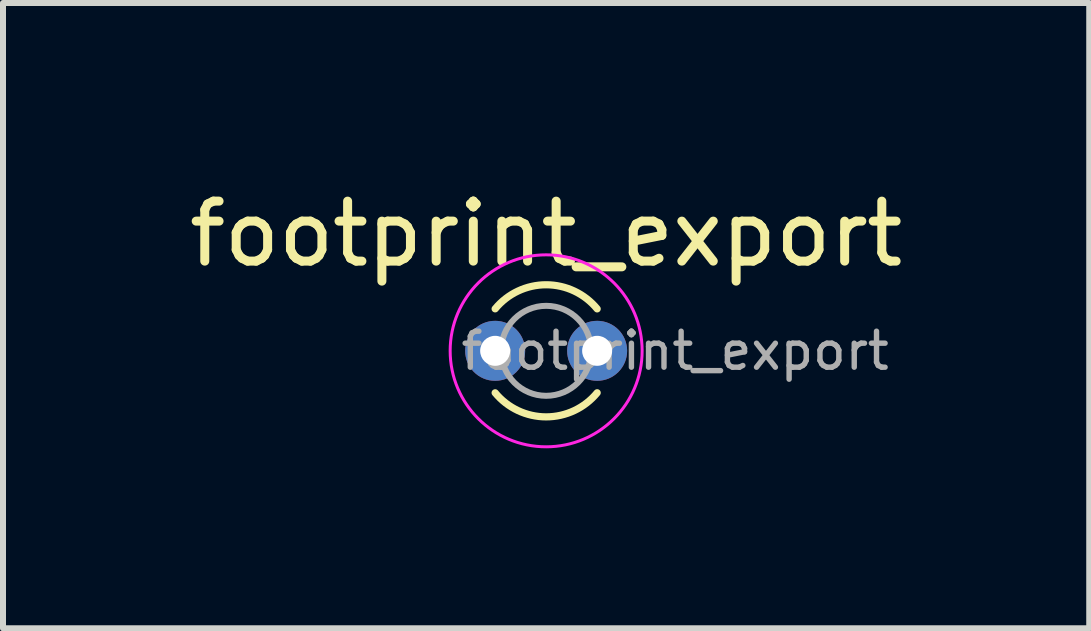
<source format=kicad_pcb>
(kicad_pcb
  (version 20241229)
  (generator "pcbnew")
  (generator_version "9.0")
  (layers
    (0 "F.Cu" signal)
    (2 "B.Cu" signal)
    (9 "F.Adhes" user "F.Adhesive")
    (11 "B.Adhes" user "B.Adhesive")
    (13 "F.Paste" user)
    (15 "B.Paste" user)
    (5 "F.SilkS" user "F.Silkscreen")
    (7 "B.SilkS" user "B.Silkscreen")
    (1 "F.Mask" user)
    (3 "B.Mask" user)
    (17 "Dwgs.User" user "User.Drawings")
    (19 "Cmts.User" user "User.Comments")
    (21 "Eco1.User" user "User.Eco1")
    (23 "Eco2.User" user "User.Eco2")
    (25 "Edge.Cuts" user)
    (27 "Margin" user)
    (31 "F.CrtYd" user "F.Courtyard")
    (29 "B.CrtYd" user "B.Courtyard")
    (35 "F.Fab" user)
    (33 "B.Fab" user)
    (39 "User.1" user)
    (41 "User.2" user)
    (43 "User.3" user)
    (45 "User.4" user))
  (footprint "footprint_export"
    (layer "F.Cu")
    (at 5.204 2.798)
    (property "Reference" "footprint_export" (at 0.85 -1.95 0) (layer "F.SilkS") (effects (font (size 1 1) (thickness 0.15))))
    (attr through_hole)
    (fp_arc (start 0 -0.7) (mid 0.850432 -1.101136) (end 1.700549 -0.699333) (stroke (width 0.12) (type solid)) (layer "F.SilkS"))
    (fp_arc (start 1.700549 0.699333) (mid 0.850432 1.101136) (end 0 0.7) (stroke (width 0.12) (type solid)) (layer "F.SilkS"))
    (fp_circle (center 0.85 0) (end 2.45 0) (stroke (width 0.05) (type solid)) (fill no) (layer "F.CrtYd"))
    (fp_circle (center 0.85 0) (end 1.6 0) (stroke (width 0.1) (type solid)) (fill no) (layer "F.Fab"))
    (fp_text user "${REFERENCE}" (at 3 0 0) (layer "F.Fab") (effects (font (size 0.6 0.6) (thickness 0.09))))
    (pad "1" thru_hole circle (at 0 0) (size 1 1) (drill 0.5) (layers "*.Cu" "*.Mask"))
    (pad "2" thru_hole circle (at 1.7 0) (size 1 1) (drill 0.5) (layers "*.Cu" "*.Mask")))
  (gr_rect
    (start -3 -3)
    (end 15.107 7.423)
    (stroke (width 0.1) (type default))
    (fill no)
    (layer "Edge.Cuts")))
</source>
